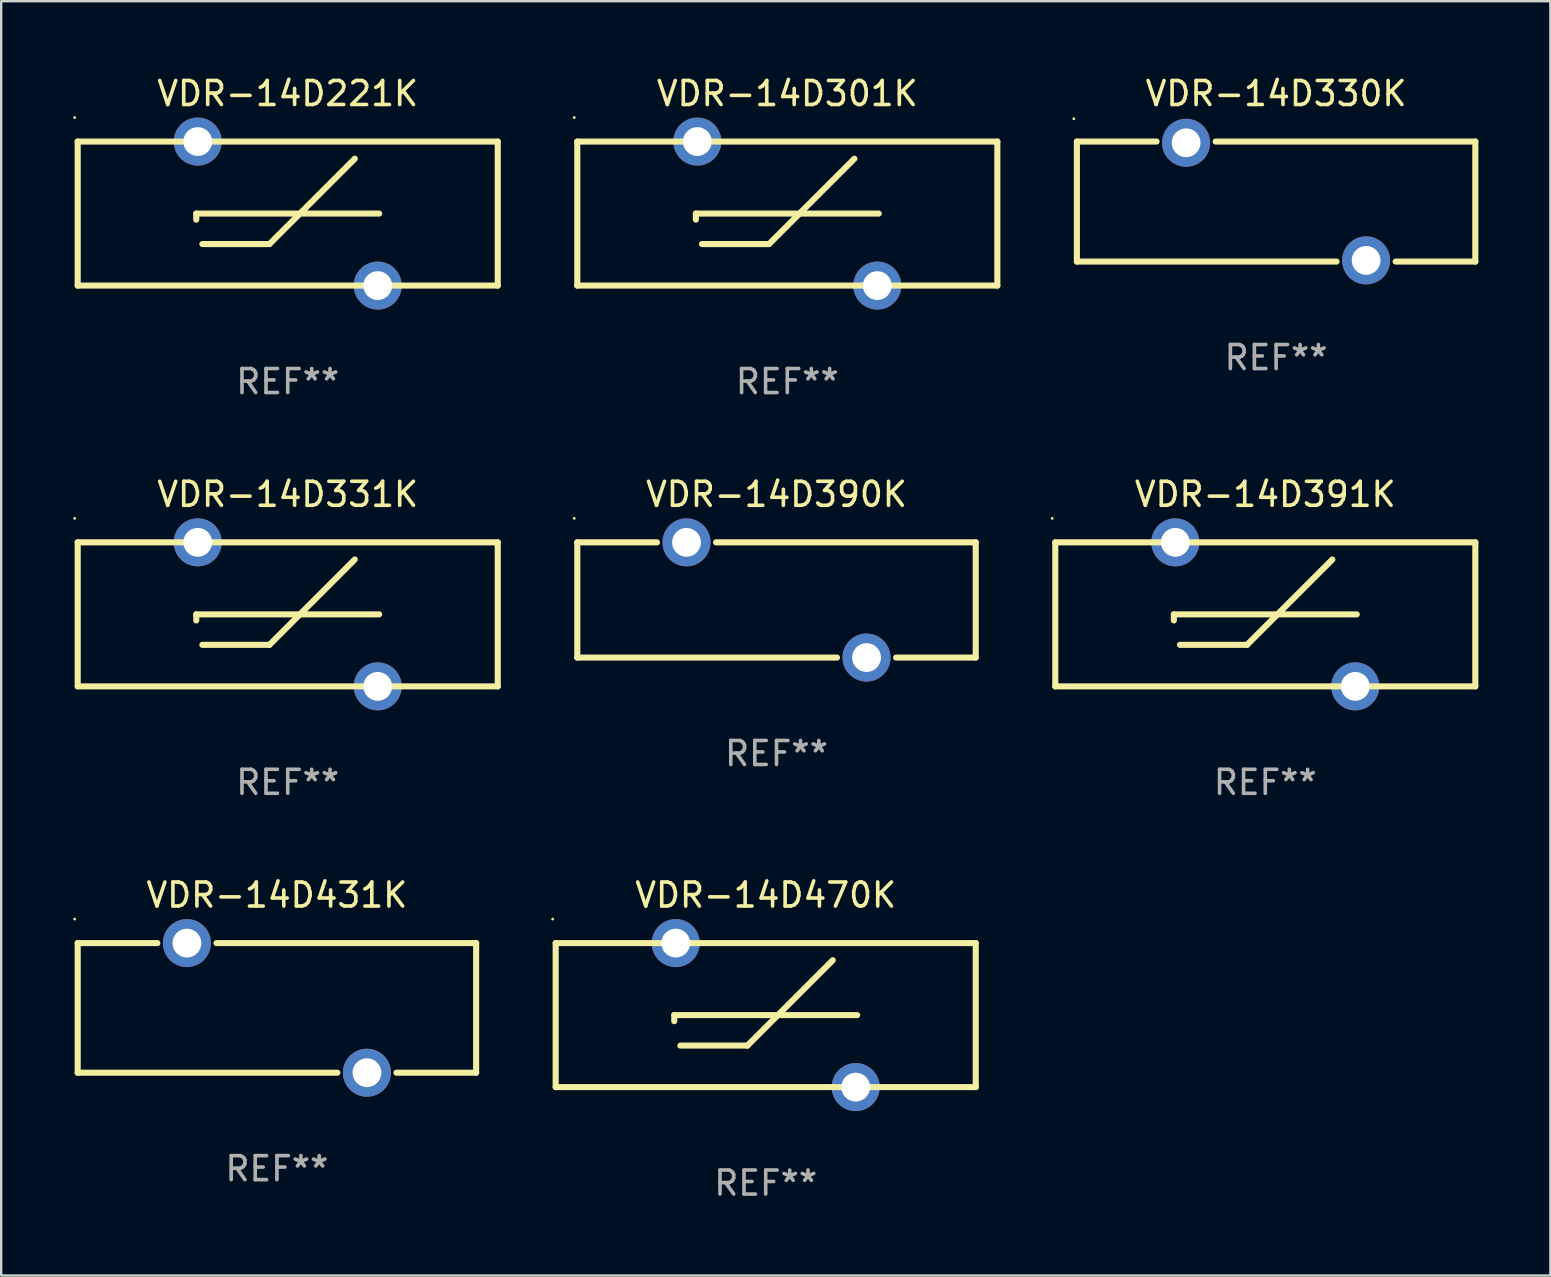
<source format=kicad_pcb>
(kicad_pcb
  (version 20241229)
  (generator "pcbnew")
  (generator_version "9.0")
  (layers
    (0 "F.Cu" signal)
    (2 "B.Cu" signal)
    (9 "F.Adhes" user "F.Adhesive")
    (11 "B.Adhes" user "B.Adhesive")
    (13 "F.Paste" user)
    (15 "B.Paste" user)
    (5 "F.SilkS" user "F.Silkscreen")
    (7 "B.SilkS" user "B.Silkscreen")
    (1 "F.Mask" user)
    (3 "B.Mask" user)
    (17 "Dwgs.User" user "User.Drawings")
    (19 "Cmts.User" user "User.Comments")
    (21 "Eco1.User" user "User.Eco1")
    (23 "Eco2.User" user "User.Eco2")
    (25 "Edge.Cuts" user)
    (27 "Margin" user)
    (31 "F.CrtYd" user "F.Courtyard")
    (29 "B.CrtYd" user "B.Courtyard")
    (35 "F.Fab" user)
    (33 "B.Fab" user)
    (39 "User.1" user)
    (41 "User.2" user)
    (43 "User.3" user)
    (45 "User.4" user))
  (footprint "VDR-14D470K"
    (layer "F.Cu")
    (at 28.851 39.241)
    (property "Reference" "VDR-14D470K" (at 0 -5 0) (layer "F.SilkS") (effects (font (size 1 1) (thickness 0.15))))
    (attr through_hole)
    (fp_line (start -8.75 -3) (end -8.75 3) (stroke (width 0.254) (type solid)) (layer "F.SilkS"))
    (fp_line (start -8.75 -3) (end 8.75 -3) (stroke (width 0.254) (type solid)) (layer "F.SilkS"))
    (fp_line (start -3.81 0) (end 3.81 0) (stroke (width 0.254) (type solid)) (layer "F.SilkS"))
    (fp_line (start -3.81 0.254) (end -3.81 0) (stroke (width 0.254) (type solid)) (layer "F.SilkS"))
    (fp_line (start -3.556 1.27) (end -0.762 1.27) (stroke (width 0.254) (type solid)) (layer "F.SilkS"))
    (fp_line (start -0.762 1.27) (end 2.794 -2.286) (stroke (width 0.254) (type solid)) (layer "F.SilkS"))
    (fp_line (start 8.75 3) (end -8.75 3) (stroke (width 0.254) (type solid)) (layer "F.SilkS"))
    (fp_line (start 8.75 3) (end 8.75 -3) (stroke (width 0.254) (type solid)) (layer "F.SilkS"))
    (fp_circle (center -8.877 -4) (end -8.847 -4) (stroke (width 0.06) (type solid)) (fill no) (layer "F.SilkS"))
    (fp_text user "REF**" (at 0 7 0) (layer "F.Fab") (effects (font (size 1 1) (thickness 0.15))))
    (pad "1" thru_hole circle (at -3.749 -3) (size 2 2) (drill 1.2) (layers "*.Cu" "*.Mask"))
    (pad "2" thru_hole circle (at 3.749 3) (size 2 2) (drill 1.2) (layers "*.Cu" "*.Mask")))
  (footprint "VDR-14D330K"
    (layer "F.Cu")
    (at 50.115 5.348)
    (property "Reference" "VDR-14D330K" (at 0 -4.5 0) (layer "F.SilkS") (effects (font (size 1 1) (thickness 0.15))))
    (attr through_hole)
    (fp_line (start -8.3 -2.5) (end -8.3 2.5) (stroke (width 0.254) (type solid)) (layer "F.SilkS"))
    (fp_line (start -8.3 -2.5) (end -4.981 -2.5) (stroke (width 0.254) (type solid)) (layer "F.SilkS"))
    (fp_line (start -8.3 2.5) (end 2.519 2.5) (stroke (width 0.254) (type solid)) (layer "F.SilkS"))
    (fp_line (start -2.519 -2.5) (end 8.3 -2.5) (stroke (width 0.254) (type solid)) (layer "F.SilkS"))
    (fp_line (start 4.981 2.5) (end 8.3 2.5) (stroke (width 0.254) (type solid)) (layer "F.SilkS"))
    (fp_line (start 8.3 -2.5) (end 8.3 2.5) (stroke (width 0.254) (type solid)) (layer "F.SilkS"))
    (fp_circle (center -8.427 -3.45) (end -8.397 -3.45) (stroke (width 0.06) (type solid)) (fill no) (layer "F.SilkS"))
    (fp_text user "REF**" (at 0 6.5 0) (layer "F.Fab") (effects (font (size 1 1) (thickness 0.15))))
    (pad "1" thru_hole circle (at -3.75 -2.45) (size 2 2) (drill 1.2) (layers "*.Cu" "*.Mask"))
    (pad "2" thru_hole circle (at 3.75 2.45) (size 2 2) (drill 1.2) (layers "*.Cu" "*.Mask")))
  (footprint "VDR-14D221K"
    (layer "F.Cu")
    (at 8.937 5.848)
    (property "Reference" "VDR-14D221K" (at 0 -5 0) (layer "F.SilkS") (effects (font (size 1 1) (thickness 0.15))))
    (attr through_hole)
    (fp_line (start -8.75 -3) (end -8.75 3) (stroke (width 0.254) (type solid)) (layer "F.SilkS"))
    (fp_line (start -8.75 -3) (end 8.75 -3) (stroke (width 0.254) (type solid)) (layer "F.SilkS"))
    (fp_line (start -3.81 0) (end 3.81 0) (stroke (width 0.254) (type solid)) (layer "F.SilkS"))
    (fp_line (start -3.81 0.254) (end -3.81 0) (stroke (width 0.254) (type solid)) (layer "F.SilkS"))
    (fp_line (start -3.556 1.27) (end -0.762 1.27) (stroke (width 0.254) (type solid)) (layer "F.SilkS"))
    (fp_line (start -0.762 1.27) (end 2.794 -2.286) (stroke (width 0.254) (type solid)) (layer "F.SilkS"))
    (fp_line (start 8.75 3) (end -8.75 3) (stroke (width 0.254) (type solid)) (layer "F.SilkS"))
    (fp_line (start 8.75 3) (end 8.75 -3) (stroke (width 0.254) (type solid)) (layer "F.SilkS"))
    (fp_circle (center -8.877 -4) (end -8.847 -4) (stroke (width 0.06) (type solid)) (fill no) (layer "F.SilkS"))
    (fp_text user "REF**" (at 0 7 0) (layer "F.Fab") (effects (font (size 1 1) (thickness 0.15))))
    (pad "1" thru_hole circle (at -3.749 -3) (size 2 2) (drill 1.2) (layers "*.Cu" "*.Mask"))
    (pad "2" thru_hole circle (at 3.749 3) (size 2 2) (drill 1.2) (layers "*.Cu" "*.Mask")))
  (footprint "VDR-14D301K"
    (layer "F.Cu")
    (at 29.751 5.848)
    (property "Reference" "VDR-14D301K" (at 0 -5 0) (layer "F.SilkS") (effects (font (size 1 1) (thickness 0.15))))
    (attr through_hole)
    (fp_line (start -8.75 -3) (end -8.75 3) (stroke (width 0.254) (type solid)) (layer "F.SilkS"))
    (fp_line (start -8.75 -3) (end 8.75 -3) (stroke (width 0.254) (type solid)) (layer "F.SilkS"))
    (fp_line (start -3.81 0) (end 3.81 0) (stroke (width 0.254) (type solid)) (layer "F.SilkS"))
    (fp_line (start -3.81 0.254) (end -3.81 0) (stroke (width 0.254) (type solid)) (layer "F.SilkS"))
    (fp_line (start -3.556 1.27) (end -0.762 1.27) (stroke (width 0.254) (type solid)) (layer "F.SilkS"))
    (fp_line (start -0.762 1.27) (end 2.794 -2.286) (stroke (width 0.254) (type solid)) (layer "F.SilkS"))
    (fp_line (start 8.75 3) (end -8.75 3) (stroke (width 0.254) (type solid)) (layer "F.SilkS"))
    (fp_line (start 8.75 3) (end 8.75 -3) (stroke (width 0.254) (type solid)) (layer "F.SilkS"))
    (fp_circle (center -8.877 -4) (end -8.847 -4) (stroke (width 0.06) (type solid)) (fill no) (layer "F.SilkS"))
    (fp_text user "REF**" (at 0 7 0) (layer "F.Fab") (effects (font (size 1 1) (thickness 0.15))))
    (pad "1" thru_hole circle (at -3.749 -3) (size 2 2) (drill 1.2) (layers "*.Cu" "*.Mask"))
    (pad "2" thru_hole circle (at 3.749 3) (size 2 2) (drill 1.2) (layers "*.Cu" "*.Mask")))
  (footprint "VDR-14D391K"
    (layer "F.Cu")
    (at 49.665 22.545)
    (property "Reference" "VDR-14D391K" (at 0 -5 0) (layer "F.SilkS") (effects (font (size 1 1) (thickness 0.15))))
    (attr through_hole)
    (fp_line (start -8.75 -3) (end -8.75 3) (stroke (width 0.254) (type solid)) (layer "F.SilkS"))
    (fp_line (start -8.75 -3) (end 8.75 -3) (stroke (width 0.254) (type solid)) (layer "F.SilkS"))
    (fp_line (start -3.81 0) (end 3.81 0) (stroke (width 0.254) (type solid)) (layer "F.SilkS"))
    (fp_line (start -3.81 0.254) (end -3.81 0) (stroke (width 0.254) (type solid)) (layer "F.SilkS"))
    (fp_line (start -3.556 1.27) (end -0.762 1.27) (stroke (width 0.254) (type solid)) (layer "F.SilkS"))
    (fp_line (start -0.762 1.27) (end 2.794 -2.286) (stroke (width 0.254) (type solid)) (layer "F.SilkS"))
    (fp_line (start 8.75 3) (end -8.75 3) (stroke (width 0.254) (type solid)) (layer "F.SilkS"))
    (fp_line (start 8.75 3) (end 8.75 -3) (stroke (width 0.254) (type solid)) (layer "F.SilkS"))
    (fp_circle (center -8.877 -4) (end -8.847 -4) (stroke (width 0.06) (type solid)) (fill no) (layer "F.SilkS"))
    (fp_text user "REF**" (at 0 7 0) (layer "F.Fab") (effects (font (size 1 1) (thickness 0.15))))
    (pad "1" thru_hole circle (at -3.749 -3) (size 2 2) (drill 1.2) (layers "*.Cu" "*.Mask"))
    (pad "2" thru_hole circle (at 3.749 3) (size 2 2) (drill 1.2) (layers "*.Cu" "*.Mask")))
  (footprint "VDR-14D390K"
    (layer "F.Cu")
    (at 29.301 21.945)
    (property "Reference" "VDR-14D390K" (at 0 -4.4 0) (layer "F.SilkS") (effects (font (size 1 1) (thickness 0.15))))
    (attr through_hole)
    (fp_line (start -8.3 -2.4) (end -8.3 2.4) (stroke (width 0.254) (type solid)) (layer "F.SilkS"))
    (fp_line (start -8.3 -2.4) (end -4.98 -2.4) (stroke (width 0.254) (type solid)) (layer "F.SilkS"))
    (fp_line (start -8.3 2.4) (end 2.52 2.4) (stroke (width 0.254) (type solid)) (layer "F.SilkS"))
    (fp_line (start -2.52 -2.4) (end 8.3 -2.4) (stroke (width 0.254) (type solid)) (layer "F.SilkS"))
    (fp_line (start 4.98 2.4) (end 8.3 2.4) (stroke (width 0.254) (type solid)) (layer "F.SilkS"))
    (fp_line (start 8.3 -2.4) (end 8.3 2.4) (stroke (width 0.254) (type solid)) (layer "F.SilkS"))
    (fp_circle (center -8.427 -3.4) (end -8.397 -3.4) (stroke (width 0.06) (type solid)) (fill no) (layer "F.SilkS"))
    (fp_text user "REF**" (at 0 6.4 0) (layer "F.Fab") (effects (font (size 1 1) (thickness 0.15))))
    (pad "1" thru_hole circle (at -3.75 -2.4) (size 2 2) (drill 1.2) (layers "*.Cu" "*.Mask"))
    (pad "2" thru_hole circle (at 3.75 2.4) (size 2 2) (drill 1.2) (layers "*.Cu" "*.Mask")))
  (footprint "VDR-14D331K"
    (layer "F.Cu")
    (at 8.937 22.545)
    (property "Reference" "VDR-14D331K" (at 0 -5 0) (layer "F.SilkS") (effects (font (size 1 1) (thickness 0.15))))
    (attr through_hole)
    (fp_line (start -8.75 -3) (end -8.75 3) (stroke (width 0.254) (type solid)) (layer "F.SilkS"))
    (fp_line (start -8.75 -3) (end 8.75 -3) (stroke (width 0.254) (type solid)) (layer "F.SilkS"))
    (fp_line (start -3.81 0) (end 3.81 0) (stroke (width 0.254) (type solid)) (layer "F.SilkS"))
    (fp_line (start -3.81 0.254) (end -3.81 0) (stroke (width 0.254) (type solid)) (layer "F.SilkS"))
    (fp_line (start -3.556 1.27) (end -0.762 1.27) (stroke (width 0.254) (type solid)) (layer "F.SilkS"))
    (fp_line (start -0.762 1.27) (end 2.794 -2.286) (stroke (width 0.254) (type solid)) (layer "F.SilkS"))
    (fp_line (start 8.75 3) (end -8.75 3) (stroke (width 0.254) (type solid)) (layer "F.SilkS"))
    (fp_line (start 8.75 3) (end 8.75 -3) (stroke (width 0.254) (type solid)) (layer "F.SilkS"))
    (fp_circle (center -8.877 -4) (end -8.847 -4) (stroke (width 0.06) (type solid)) (fill no) (layer "F.SilkS"))
    (fp_text user "REF**" (at 0 7 0) (layer "F.Fab") (effects (font (size 1 1) (thickness 0.15))))
    (pad "1" thru_hole circle (at -3.749 -3) (size 2 2) (drill 1.2) (layers "*.Cu" "*.Mask"))
    (pad "2" thru_hole circle (at 3.749 3) (size 2 2) (drill 1.2) (layers "*.Cu" "*.Mask")))
  (footprint "VDR-14D431K"
    (layer "F.Cu")
    (at 8.487 38.941)
    (property "Reference" "VDR-14D431K" (at 0 -4.7 0) (layer "F.SilkS") (effects (font (size 1 1) (thickness 0.15))))
    (attr through_hole)
    (fp_line (start -8.3 -2.7) (end -8.3 2.7) (stroke (width 0.254) (type solid)) (layer "F.SilkS"))
    (fp_line (start -8.3 -2.7) (end -4.981 -2.7) (stroke (width 0.254) (type solid)) (layer "F.SilkS"))
    (fp_line (start -8.3 2.7) (end 2.519 2.7) (stroke (width 0.254) (type solid)) (layer "F.SilkS"))
    (fp_line (start -2.519 -2.7) (end 8.3 -2.7) (stroke (width 0.254) (type solid)) (layer "F.SilkS"))
    (fp_line (start 4.981 2.7) (end 8.3 2.7) (stroke (width 0.254) (type solid)) (layer "F.SilkS"))
    (fp_line (start 8.3 -2.7) (end 8.3 2.7) (stroke (width 0.254) (type solid)) (layer "F.SilkS"))
    (fp_circle (center -8.427 -3.7) (end -8.397 -3.7) (stroke (width 0.06) (type solid)) (fill no) (layer "F.SilkS"))
    (fp_text user "REF**" (at 0 6.7 0) (layer "F.Fab") (effects (font (size 1 1) (thickness 0.15))))
    (pad "1" thru_hole circle (at -3.75 -2.7) (size 2 2) (drill 1.2) (layers "*.Cu" "*.Mask"))
    (pad "2" thru_hole circle (at 3.75 2.7) (size 2 2) (drill 1.2) (layers "*.Cu" "*.Mask")))
  (gr_rect
    (start -3 -3)
    (end 61.542 50.09)
    (stroke (width 0.1) (type default))
    (fill no)
    (layer "Edge.Cuts")))
</source>
